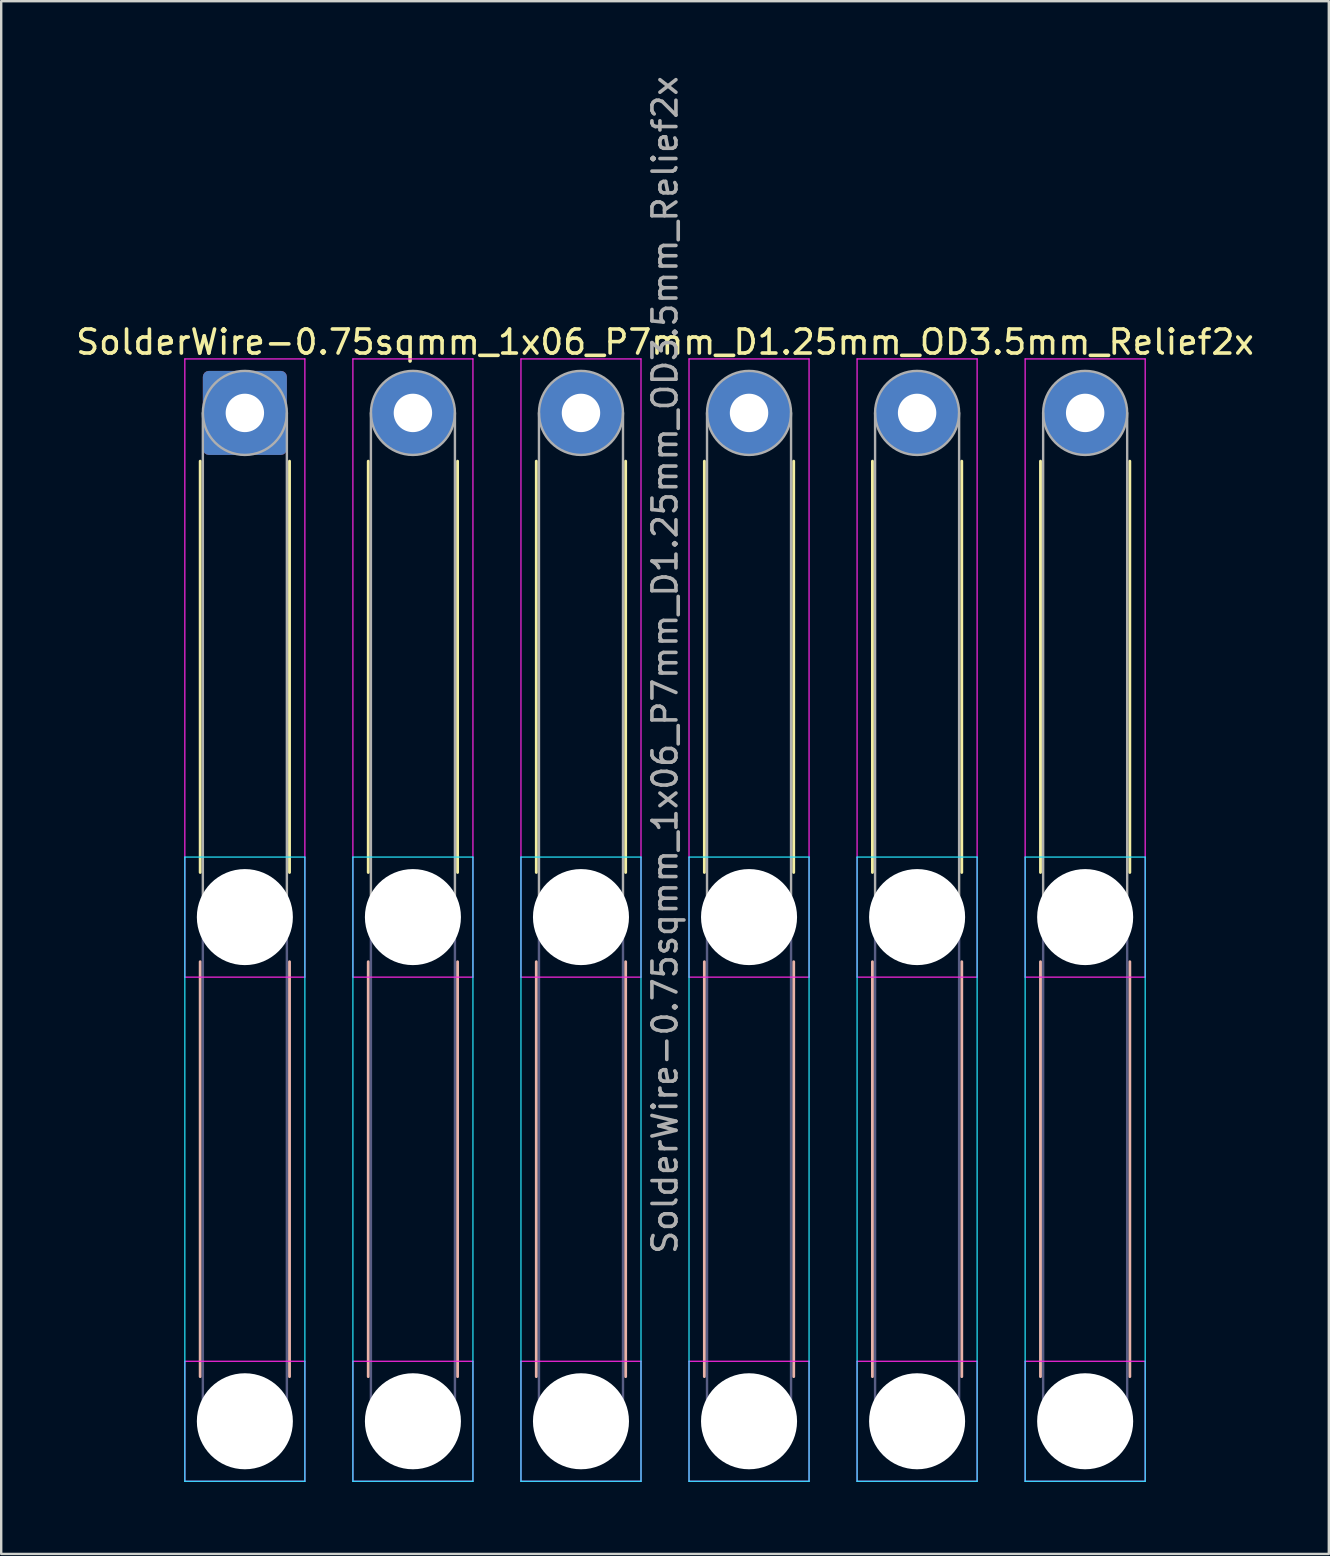
<source format=kicad_pcb>
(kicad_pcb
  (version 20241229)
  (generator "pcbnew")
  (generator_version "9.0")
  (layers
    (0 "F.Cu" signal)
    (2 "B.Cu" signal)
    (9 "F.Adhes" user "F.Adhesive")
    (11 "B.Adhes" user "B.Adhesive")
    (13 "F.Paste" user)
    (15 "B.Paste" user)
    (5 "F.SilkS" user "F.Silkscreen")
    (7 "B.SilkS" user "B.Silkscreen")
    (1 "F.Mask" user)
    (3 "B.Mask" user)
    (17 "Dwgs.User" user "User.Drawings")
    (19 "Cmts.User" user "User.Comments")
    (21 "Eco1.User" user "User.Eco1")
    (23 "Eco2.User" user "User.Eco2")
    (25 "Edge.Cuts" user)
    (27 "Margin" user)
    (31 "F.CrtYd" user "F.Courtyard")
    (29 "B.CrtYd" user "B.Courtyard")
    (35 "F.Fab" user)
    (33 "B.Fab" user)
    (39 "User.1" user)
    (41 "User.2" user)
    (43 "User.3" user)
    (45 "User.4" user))
  (footprint "SolderWire-0.75sqmm_1x06_P7mm_D1.25mm_OD3.5mm_Relief2x"
    (layer "F.Cu")
    (at 7.149 14.149)
    (property "Reference" "SolderWire-0.75sqmm_1x06_P7mm_D1.25mm_OD3.5mm_Relief2x" (at 17.5 -2.95 0) (layer "F.SilkS") (effects (font (size 1 1) (thickness 0.15))))
    (attr exclude_from_pos_files exclude_from_bom)
    (fp_line (start -1.86 2.01) (end -1.86 19.14) (stroke (width 0.12) (type solid)) (layer "F.SilkS"))
    (fp_line (start 1.86 2.01) (end 1.86 19.14) (stroke (width 0.12) (type solid)) (layer "F.SilkS"))
    (fp_line (start 5.14 2.01) (end 5.14 19.14) (stroke (width 0.12) (type solid)) (layer "F.SilkS"))
    (fp_line (start 8.86 2.01) (end 8.86 19.14) (stroke (width 0.12) (type solid)) (layer "F.SilkS"))
    (fp_line (start 12.14 2.01) (end 12.14 19.14) (stroke (width 0.12) (type solid)) (layer "F.SilkS"))
    (fp_line (start 15.86 2.01) (end 15.86 19.14) (stroke (width 0.12) (type solid)) (layer "F.SilkS"))
    (fp_line (start 19.14 2.01) (end 19.14 19.14) (stroke (width 0.12) (type solid)) (layer "F.SilkS"))
    (fp_line (start 22.86 2.01) (end 22.86 19.14) (stroke (width 0.12) (type solid)) (layer "F.SilkS"))
    (fp_line (start 26.14 2.01) (end 26.14 19.14) (stroke (width 0.12) (type solid)) (layer "F.SilkS"))
    (fp_line (start 29.86 2.01) (end 29.86 19.14) (stroke (width 0.12) (type solid)) (layer "F.SilkS"))
    (fp_line (start 33.14 2.01) (end 33.14 19.14) (stroke (width 0.12) (type solid)) (layer "F.SilkS"))
    (fp_line (start 36.86 2.01) (end 36.86 19.14) (stroke (width 0.12) (type solid)) (layer "F.SilkS"))
    (fp_line (start -1.86 22.86) (end -1.86 40.14) (stroke (width 0.12) (type solid)) (layer "B.SilkS"))
    (fp_line (start 1.86 22.86) (end 1.86 40.14) (stroke (width 0.12) (type solid)) (layer "B.SilkS"))
    (fp_line (start 5.14 22.86) (end 5.14 40.14) (stroke (width 0.12) (type solid)) (layer "B.SilkS"))
    (fp_line (start 8.86 22.86) (end 8.86 40.14) (stroke (width 0.12) (type solid)) (layer "B.SilkS"))
    (fp_line (start 12.14 22.86) (end 12.14 40.14) (stroke (width 0.12) (type solid)) (layer "B.SilkS"))
    (fp_line (start 15.86 22.86) (end 15.86 40.14) (stroke (width 0.12) (type solid)) (layer "B.SilkS"))
    (fp_line (start 19.14 22.86) (end 19.14 40.14) (stroke (width 0.12) (type solid)) (layer "B.SilkS"))
    (fp_line (start 22.86 22.86) (end 22.86 40.14) (stroke (width 0.12) (type solid)) (layer "B.SilkS"))
    (fp_line (start 26.14 22.86) (end 26.14 40.14) (stroke (width 0.12) (type solid)) (layer "B.SilkS"))
    (fp_line (start 29.86 22.86) (end 29.86 40.14) (stroke (width 0.12) (type solid)) (layer "B.SilkS"))
    (fp_line (start 33.14 22.86) (end 33.14 40.14) (stroke (width 0.12) (type solid)) (layer "B.SilkS"))
    (fp_line (start 36.86 22.86) (end 36.86 40.14) (stroke (width 0.12) (type solid)) (layer "B.SilkS"))
    (fp_line (start -2.5 18.5) (end -2.5 44.5) (stroke (width 0.05) (type solid)) (layer "B.CrtYd"))
    (fp_line (start -2.5 44.5) (end 2.5 44.5) (stroke (width 0.05) (type solid)) (layer "B.CrtYd"))
    (fp_line (start 2.5 18.5) (end -2.5 18.5) (stroke (width 0.05) (type solid)) (layer "B.CrtYd"))
    (fp_line (start 2.5 44.5) (end 2.5 18.5) (stroke (width 0.05) (type solid)) (layer "B.CrtYd"))
    (fp_line (start 4.5 18.5) (end 4.5 44.5) (stroke (width 0.05) (type solid)) (layer "B.CrtYd"))
    (fp_line (start 4.5 44.5) (end 9.5 44.5) (stroke (width 0.05) (type solid)) (layer "B.CrtYd"))
    (fp_line (start 9.5 18.5) (end 4.5 18.5) (stroke (width 0.05) (type solid)) (layer "B.CrtYd"))
    (fp_line (start 9.5 44.5) (end 9.5 18.5) (stroke (width 0.05) (type solid)) (layer "B.CrtYd"))
    (fp_line (start 11.5 18.5) (end 11.5 44.5) (stroke (width 0.05) (type solid)) (layer "B.CrtYd"))
    (fp_line (start 11.5 44.5) (end 16.5 44.5) (stroke (width 0.05) (type solid)) (layer "B.CrtYd"))
    (fp_line (start 16.5 18.5) (end 11.5 18.5) (stroke (width 0.05) (type solid)) (layer "B.CrtYd"))
    (fp_line (start 16.5 44.5) (end 16.5 18.5) (stroke (width 0.05) (type solid)) (layer "B.CrtYd"))
    (fp_line (start 18.5 18.5) (end 18.5 44.5) (stroke (width 0.05) (type solid)) (layer "B.CrtYd"))
    (fp_line (start 18.5 44.5) (end 23.5 44.5) (stroke (width 0.05) (type solid)) (layer "B.CrtYd"))
    (fp_line (start 23.5 18.5) (end 18.5 18.5) (stroke (width 0.05) (type solid)) (layer "B.CrtYd"))
    (fp_line (start 23.5 44.5) (end 23.5 18.5) (stroke (width 0.05) (type solid)) (layer "B.CrtYd"))
    (fp_line (start 25.5 18.5) (end 25.5 44.5) (stroke (width 0.05) (type solid)) (layer "B.CrtYd"))
    (fp_line (start 25.5 44.5) (end 30.5 44.5) (stroke (width 0.05) (type solid)) (layer "B.CrtYd"))
    (fp_line (start 30.5 18.5) (end 25.5 18.5) (stroke (width 0.05) (type solid)) (layer "B.CrtYd"))
    (fp_line (start 30.5 44.5) (end 30.5 18.5) (stroke (width 0.05) (type solid)) (layer "B.CrtYd"))
    (fp_line (start 32.5 18.5) (end 32.5 44.5) (stroke (width 0.05) (type solid)) (layer "B.CrtYd"))
    (fp_line (start 32.5 44.5) (end 37.5 44.5) (stroke (width 0.05) (type solid)) (layer "B.CrtYd"))
    (fp_line (start 37.5 18.5) (end 32.5 18.5) (stroke (width 0.05) (type solid)) (layer "B.CrtYd"))
    (fp_line (start 37.5 44.5) (end 37.5 18.5) (stroke (width 0.05) (type solid)) (layer "B.CrtYd"))
    (fp_line (start -2.5 -2.25) (end -2.5 23.5) (stroke (width 0.05) (type solid)) (layer "F.CrtYd"))
    (fp_line (start -2.5 23.5) (end 2.5 23.5) (stroke (width 0.05) (type solid)) (layer "F.CrtYd"))
    (fp_line (start -2.5 39.5) (end -2.5 44.5) (stroke (width 0.05) (type solid)) (layer "F.CrtYd"))
    (fp_line (start -2.5 44.5) (end 2.5 44.5) (stroke (width 0.05) (type solid)) (layer "F.CrtYd"))
    (fp_line (start 2.5 -2.25) (end -2.5 -2.25) (stroke (width 0.05) (type solid)) (layer "F.CrtYd"))
    (fp_line (start 2.5 23.5) (end 2.5 -2.25) (stroke (width 0.05) (type solid)) (layer "F.CrtYd"))
    (fp_line (start 2.5 39.5) (end -2.5 39.5) (stroke (width 0.05) (type solid)) (layer "F.CrtYd"))
    (fp_line (start 2.5 44.5) (end 2.5 39.5) (stroke (width 0.05) (type solid)) (layer "F.CrtYd"))
    (fp_line (start 4.5 -2.25) (end 4.5 23.5) (stroke (width 0.05) (type solid)) (layer "F.CrtYd"))
    (fp_line (start 4.5 23.5) (end 9.5 23.5) (stroke (width 0.05) (type solid)) (layer "F.CrtYd"))
    (fp_line (start 4.5 39.5) (end 4.5 44.5) (stroke (width 0.05) (type solid)) (layer "F.CrtYd"))
    (fp_line (start 4.5 44.5) (end 9.5 44.5) (stroke (width 0.05) (type solid)) (layer "F.CrtYd"))
    (fp_line (start 9.5 -2.25) (end 4.5 -2.25) (stroke (width 0.05) (type solid)) (layer "F.CrtYd"))
    (fp_line (start 9.5 23.5) (end 9.5 -2.25) (stroke (width 0.05) (type solid)) (layer "F.CrtYd"))
    (fp_line (start 9.5 39.5) (end 4.5 39.5) (stroke (width 0.05) (type solid)) (layer "F.CrtYd"))
    (fp_line (start 9.5 44.5) (end 9.5 39.5) (stroke (width 0.05) (type solid)) (layer "F.CrtYd"))
    (fp_line (start 11.5 -2.25) (end 11.5 23.5) (stroke (width 0.05) (type solid)) (layer "F.CrtYd"))
    (fp_line (start 11.5 23.5) (end 16.5 23.5) (stroke (width 0.05) (type solid)) (layer "F.CrtYd"))
    (fp_line (start 11.5 39.5) (end 11.5 44.5) (stroke (width 0.05) (type solid)) (layer "F.CrtYd"))
    (fp_line (start 11.5 44.5) (end 16.5 44.5) (stroke (width 0.05) (type solid)) (layer "F.CrtYd"))
    (fp_line (start 16.5 -2.25) (end 11.5 -2.25) (stroke (width 0.05) (type solid)) (layer "F.CrtYd"))
    (fp_line (start 16.5 23.5) (end 16.5 -2.25) (stroke (width 0.05) (type solid)) (layer "F.CrtYd"))
    (fp_line (start 16.5 39.5) (end 11.5 39.5) (stroke (width 0.05) (type solid)) (layer "F.CrtYd"))
    (fp_line (start 16.5 44.5) (end 16.5 39.5) (stroke (width 0.05) (type solid)) (layer "F.CrtYd"))
    (fp_line (start 18.5 -2.25) (end 18.5 23.5) (stroke (width 0.05) (type solid)) (layer "F.CrtYd"))
    (fp_line (start 18.5 23.5) (end 23.5 23.5) (stroke (width 0.05) (type solid)) (layer "F.CrtYd"))
    (fp_line (start 18.5 39.5) (end 18.5 44.5) (stroke (width 0.05) (type solid)) (layer "F.CrtYd"))
    (fp_line (start 18.5 44.5) (end 23.5 44.5) (stroke (width 0.05) (type solid)) (layer "F.CrtYd"))
    (fp_line (start 23.5 -2.25) (end 18.5 -2.25) (stroke (width 0.05) (type solid)) (layer "F.CrtYd"))
    (fp_line (start 23.5 23.5) (end 23.5 -2.25) (stroke (width 0.05) (type solid)) (layer "F.CrtYd"))
    (fp_line (start 23.5 39.5) (end 18.5 39.5) (stroke (width 0.05) (type solid)) (layer "F.CrtYd"))
    (fp_line (start 23.5 44.5) (end 23.5 39.5) (stroke (width 0.05) (type solid)) (layer "F.CrtYd"))
    (fp_line (start 25.5 -2.25) (end 25.5 23.5) (stroke (width 0.05) (type solid)) (layer "F.CrtYd"))
    (fp_line (start 25.5 23.5) (end 30.5 23.5) (stroke (width 0.05) (type solid)) (layer "F.CrtYd"))
    (fp_line (start 25.5 39.5) (end 25.5 44.5) (stroke (width 0.05) (type solid)) (layer "F.CrtYd"))
    (fp_line (start 25.5 44.5) (end 30.5 44.5) (stroke (width 0.05) (type solid)) (layer "F.CrtYd"))
    (fp_line (start 30.5 -2.25) (end 25.5 -2.25) (stroke (width 0.05) (type solid)) (layer "F.CrtYd"))
    (fp_line (start 30.5 23.5) (end 30.5 -2.25) (stroke (width 0.05) (type solid)) (layer "F.CrtYd"))
    (fp_line (start 30.5 39.5) (end 25.5 39.5) (stroke (width 0.05) (type solid)) (layer "F.CrtYd"))
    (fp_line (start 30.5 44.5) (end 30.5 39.5) (stroke (width 0.05) (type solid)) (layer "F.CrtYd"))
    (fp_line (start 32.5 -2.25) (end 32.5 23.5) (stroke (width 0.05) (type solid)) (layer "F.CrtYd"))
    (fp_line (start 32.5 23.5) (end 37.5 23.5) (stroke (width 0.05) (type solid)) (layer "F.CrtYd"))
    (fp_line (start 32.5 39.5) (end 32.5 44.5) (stroke (width 0.05) (type solid)) (layer "F.CrtYd"))
    (fp_line (start 32.5 44.5) (end 37.5 44.5) (stroke (width 0.05) (type solid)) (layer "F.CrtYd"))
    (fp_line (start 37.5 -2.25) (end 32.5 -2.25) (stroke (width 0.05) (type solid)) (layer "F.CrtYd"))
    (fp_line (start 37.5 23.5) (end 37.5 -2.25) (stroke (width 0.05) (type solid)) (layer "F.CrtYd"))
    (fp_line (start 37.5 39.5) (end 32.5 39.5) (stroke (width 0.05) (type solid)) (layer "F.CrtYd"))
    (fp_line (start 37.5 44.5) (end 37.5 39.5) (stroke (width 0.05) (type solid)) (layer "F.CrtYd"))
    (fp_line (start -1.75 21) (end -1.75 42) (stroke (width 0.1) (type solid)) (layer "B.Fab"))
    (fp_line (start 1.75 21) (end 1.75 42) (stroke (width 0.1) (type solid)) (layer "B.Fab"))
    (fp_line (start 5.25 21) (end 5.25 42) (stroke (width 0.1) (type solid)) (layer "B.Fab"))
    (fp_line (start 8.75 21) (end 8.75 42) (stroke (width 0.1) (type solid)) (layer "B.Fab"))
    (fp_line (start 12.25 21) (end 12.25 42) (stroke (width 0.1) (type solid)) (layer "B.Fab"))
    (fp_line (start 15.75 21) (end 15.75 42) (stroke (width 0.1) (type solid)) (layer "B.Fab"))
    (fp_line (start 19.25 21) (end 19.25 42) (stroke (width 0.1) (type solid)) (layer "B.Fab"))
    (fp_line (start 22.75 21) (end 22.75 42) (stroke (width 0.1) (type solid)) (layer "B.Fab"))
    (fp_line (start 26.25 21) (end 26.25 42) (stroke (width 0.1) (type solid)) (layer "B.Fab"))
    (fp_line (start 29.75 21) (end 29.75 42) (stroke (width 0.1) (type solid)) (layer "B.Fab"))
    (fp_line (start 33.25 21) (end 33.25 42) (stroke (width 0.1) (type solid)) (layer "B.Fab"))
    (fp_line (start 36.75 21) (end 36.75 42) (stroke (width 0.1) (type solid)) (layer "B.Fab"))
    (fp_circle (center 0 21) (end 1.75 21) (stroke (width 0.1) (type solid)) (fill no) (layer "B.Fab"))
    (fp_circle (center 0 42) (end 1.75 42) (stroke (width 0.1) (type solid)) (fill no) (layer "B.Fab"))
    (fp_circle (center 7 21) (end 8.75 21) (stroke (width 0.1) (type solid)) (fill no) (layer "B.Fab"))
    (fp_circle (center 7 42) (end 8.75 42) (stroke (width 0.1) (type solid)) (fill no) (layer "B.Fab"))
    (fp_circle (center 14 21) (end 15.75 21) (stroke (width 0.1) (type solid)) (fill no) (layer "B.Fab"))
    (fp_circle (center 14 42) (end 15.75 42) (stroke (width 0.1) (type solid)) (fill no) (layer "B.Fab"))
    (fp_circle (center 21 21) (end 22.75 21) (stroke (width 0.1) (type solid)) (fill no) (layer "B.Fab"))
    (fp_circle (center 21 42) (end 22.75 42) (stroke (width 0.1) (type solid)) (fill no) (layer "B.Fab"))
    (fp_circle (center 28 21) (end 29.75 21) (stroke (width 0.1) (type solid)) (fill no) (layer "B.Fab"))
    (fp_circle (center 28 42) (end 29.75 42) (stroke (width 0.1) (type solid)) (fill no) (layer "B.Fab"))
    (fp_circle (center 35 21) (end 36.75 21) (stroke (width 0.1) (type solid)) (fill no) (layer "B.Fab"))
    (fp_circle (center 35 42) (end 36.75 42) (stroke (width 0.1) (type solid)) (fill no) (layer "B.Fab"))
    (fp_line (start -1.75 0) (end -1.75 21) (stroke (width 0.1) (type solid)) (layer "F.Fab"))
    (fp_line (start 1.75 0) (end 1.75 21) (stroke (width 0.1) (type solid)) (layer "F.Fab"))
    (fp_line (start 5.25 0) (end 5.25 21) (stroke (width 0.1) (type solid)) (layer "F.Fab"))
    (fp_line (start 8.75 0) (end 8.75 21) (stroke (width 0.1) (type solid)) (layer "F.Fab"))
    (fp_line (start 12.25 0) (end 12.25 21) (stroke (width 0.1) (type solid)) (layer "F.Fab"))
    (fp_line (start 15.75 0) (end 15.75 21) (stroke (width 0.1) (type solid)) (layer "F.Fab"))
    (fp_line (start 19.25 0) (end 19.25 21) (stroke (width 0.1) (type solid)) (layer "F.Fab"))
    (fp_line (start 22.75 0) (end 22.75 21) (stroke (width 0.1) (type solid)) (layer "F.Fab"))
    (fp_line (start 26.25 0) (end 26.25 21) (stroke (width 0.1) (type solid)) (layer "F.Fab"))
    (fp_line (start 29.75 0) (end 29.75 21) (stroke (width 0.1) (type solid)) (layer "F.Fab"))
    (fp_line (start 33.25 0) (end 33.25 21) (stroke (width 0.1) (type solid)) (layer "F.Fab"))
    (fp_line (start 36.75 0) (end 36.75 21) (stroke (width 0.1) (type solid)) (layer "F.Fab"))
    (fp_circle (center 0 0) (end 1.75 0) (stroke (width 0.1) (type solid)) (fill no) (layer "F.Fab"))
    (fp_circle (center 0 21) (end 1.75 21) (stroke (width 0.1) (type solid)) (fill no) (layer "F.Fab"))
    (fp_circle (center 0 42) (end 1.75 42) (stroke (width 0.1) (type solid)) (fill no) (layer "F.Fab"))
    (fp_circle (center 7 0) (end 8.75 0) (stroke (width 0.1) (type solid)) (fill no) (layer "F.Fab"))
    (fp_circle (center 7 21) (end 8.75 21) (stroke (width 0.1) (type solid)) (fill no) (layer "F.Fab"))
    (fp_circle (center 7 42) (end 8.75 42) (stroke (width 0.1) (type solid)) (fill no) (layer "F.Fab"))
    (fp_circle (center 14 0) (end 15.75 0) (stroke (width 0.1) (type solid)) (fill no) (layer "F.Fab"))
    (fp_circle (center 14 21) (end 15.75 21) (stroke (width 0.1) (type solid)) (fill no) (layer "F.Fab"))
    (fp_circle (center 14 42) (end 15.75 42) (stroke (width 0.1) (type solid)) (fill no) (layer "F.Fab"))
    (fp_circle (center 21 0) (end 22.75 0) (stroke (width 0.1) (type solid)) (fill no) (layer "F.Fab"))
    (fp_circle (center 21 21) (end 22.75 21) (stroke (width 0.1) (type solid)) (fill no) (layer "F.Fab"))
    (fp_circle (center 21 42) (end 22.75 42) (stroke (width 0.1) (type solid)) (fill no) (layer "F.Fab"))
    (fp_circle (center 28 0) (end 29.75 0) (stroke (width 0.1) (type solid)) (fill no) (layer "F.Fab"))
    (fp_circle (center 28 21) (end 29.75 21) (stroke (width 0.1) (type solid)) (fill no) (layer "F.Fab"))
    (fp_circle (center 28 42) (end 29.75 42) (stroke (width 0.1) (type solid)) (fill no) (layer "F.Fab"))
    (fp_circle (center 35 0) (end 36.75 0) (stroke (width 0.1) (type solid)) (fill no) (layer "F.Fab"))
    (fp_circle (center 35 21) (end 36.75 21) (stroke (width 0.1) (type solid)) (fill no) (layer "F.Fab"))
    (fp_circle (center 35 42) (end 36.75 42) (stroke (width 0.1) (type solid)) (fill no) (layer "F.Fab"))
    (fp_text user "${REFERENCE}" (at 17.5 10.5 90) (layer "F.Fab") (effects (font (size 1 1) (thickness 0.15))))
    (pad "" np_thru_hole circle (at 0 21) (size 4 4) (drill 4) (layers "*.Cu" "*.Mask"))
    (pad "" np_thru_hole circle (at 0 42) (size 4 4) (drill 4) (layers "*.Cu" "*.Mask"))
    (pad "" np_thru_hole circle (at 7 21) (size 4 4) (drill 4) (layers "*.Cu" "*.Mask"))
    (pad "" np_thru_hole circle (at 7 42) (size 4 4) (drill 4) (layers "*.Cu" "*.Mask"))
    (pad "" np_thru_hole circle (at 14 21) (size 4 4) (drill 4) (layers "*.Cu" "*.Mask"))
    (pad "" np_thru_hole circle (at 14 42) (size 4 4) (drill 4) (layers "*.Cu" "*.Mask"))
    (pad "" np_thru_hole circle (at 21 21) (size 4 4) (drill 4) (layers "*.Cu" "*.Mask"))
    (pad "" np_thru_hole circle (at 21 42) (size 4 4) (drill 4) (layers "*.Cu" "*.Mask"))
    (pad "" np_thru_hole circle (at 28 21) (size 4 4) (drill 4) (layers "*.Cu" "*.Mask"))
    (pad "" np_thru_hole circle (at 28 42) (size 4 4) (drill 4) (layers "*.Cu" "*.Mask"))
    (pad "" np_thru_hole circle (at 35 21) (size 4 4) (drill 4) (layers "*.Cu" "*.Mask"))
    (pad "" np_thru_hole circle (at 35 42) (size 4 4) (drill 4) (layers "*.Cu" "*.Mask"))
    (pad "1" thru_hole roundrect (at 0 0) (size 3.5 3.5) (drill 1.6) (layers "*.Cu" "*.Mask") (roundrect_rratio 0.071))
    (pad "2" thru_hole circle (at 7 0) (size 3.5 3.5) (drill 1.6) (layers "*.Cu" "*.Mask"))
    (pad "3" thru_hole circle (at 14 0) (size 3.5 3.5) (drill 1.6) (layers "*.Cu" "*.Mask"))
    (pad "4" thru_hole circle (at 21 0) (size 3.5 3.5) (drill 1.6) (layers "*.Cu" "*.Mask"))
    (pad "5" thru_hole circle (at 28 0) (size 3.5 3.5) (drill 1.6) (layers "*.Cu" "*.Mask"))
    (pad "6" thru_hole circle (at 35 0) (size 3.5 3.5) (drill 1.6) (layers "*.Cu" "*.Mask")))
  (gr_rect
    (start -3 -3)
    (end 52.298 61.674)
    (stroke (width 0.1) (type default))
    (fill no)
    (layer "Edge.Cuts")))
</source>
